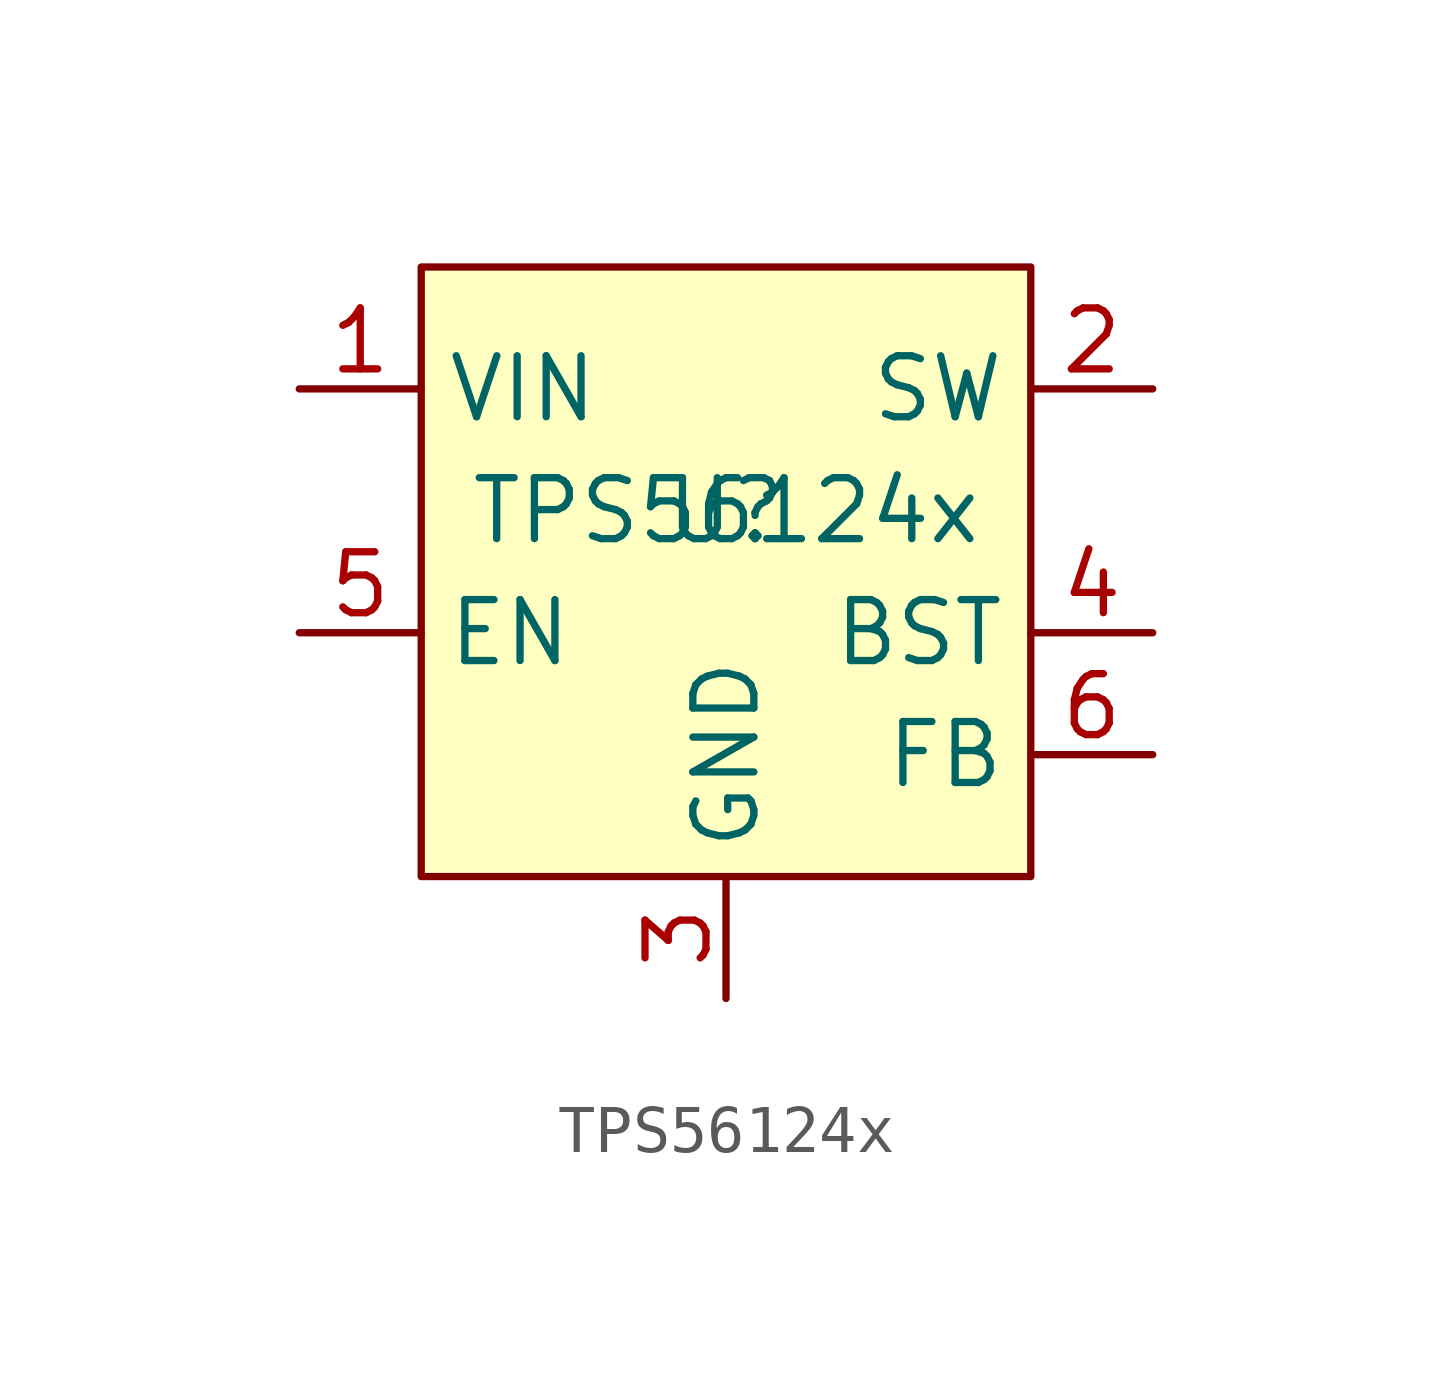
<source format=kicad_sym>
(kicad_symbol_lib
  (version 20241209)
  (generator "kicad_symbol_editor")
  (generator_version "9.0")
  (symbol "TPS56124x"
    (property "Reference" "U"
      (at 0 0 0)
      (effects (font (size 1.27 1.27))))
    (property "Value" "TPS56124x"
      (at 0 0 0)
      (effects (font (size 1.27 1.27))))
    (symbol "TPS56124x_1_1"
      (rectangle (start -6.35 5.08) (end 6.35 -7.62) (stroke (width 0) (type solid)) (fill (type background)))
      (pin power_in line (at -8.89 2.54 0) (length 2.54) (name "VIN" (effects (font (size 1.27 1.27)))) (number "1" (effects (font (size 1.27 1.27)))))
      (pin input line (at -8.89 -2.54 0) (length 2.54) (name "EN" (effects (font (size 1.27 1.27)))) (number "5" (effects (font (size 1.27 1.27)))))
      (pin power_in line (at 0 -10.16 90) (length 2.54) (name "GND" (effects (font (size 1.27 1.27)))) (number "3" (effects (font (size 1.27 1.27)))))
      (pin power_out line (at 8.89 2.54 180) (length 2.54) (name "SW" (effects (font (size 1.27 1.27)))) (number "2" (effects (font (size 1.27 1.27)))))
      (pin input line (at 8.89 -2.54 180) (length 2.54) (name "BST" (effects (font (size 1.27 1.27)))) (number "4" (effects (font (size 1.27 1.27)))))
      (pin input line (at 8.89 -5.08 180) (length 2.54) (name "FB" (effects (font (size 1.27 1.27)))) (number "6" (effects (font (size 1.27 1.27))))))))
</source>
